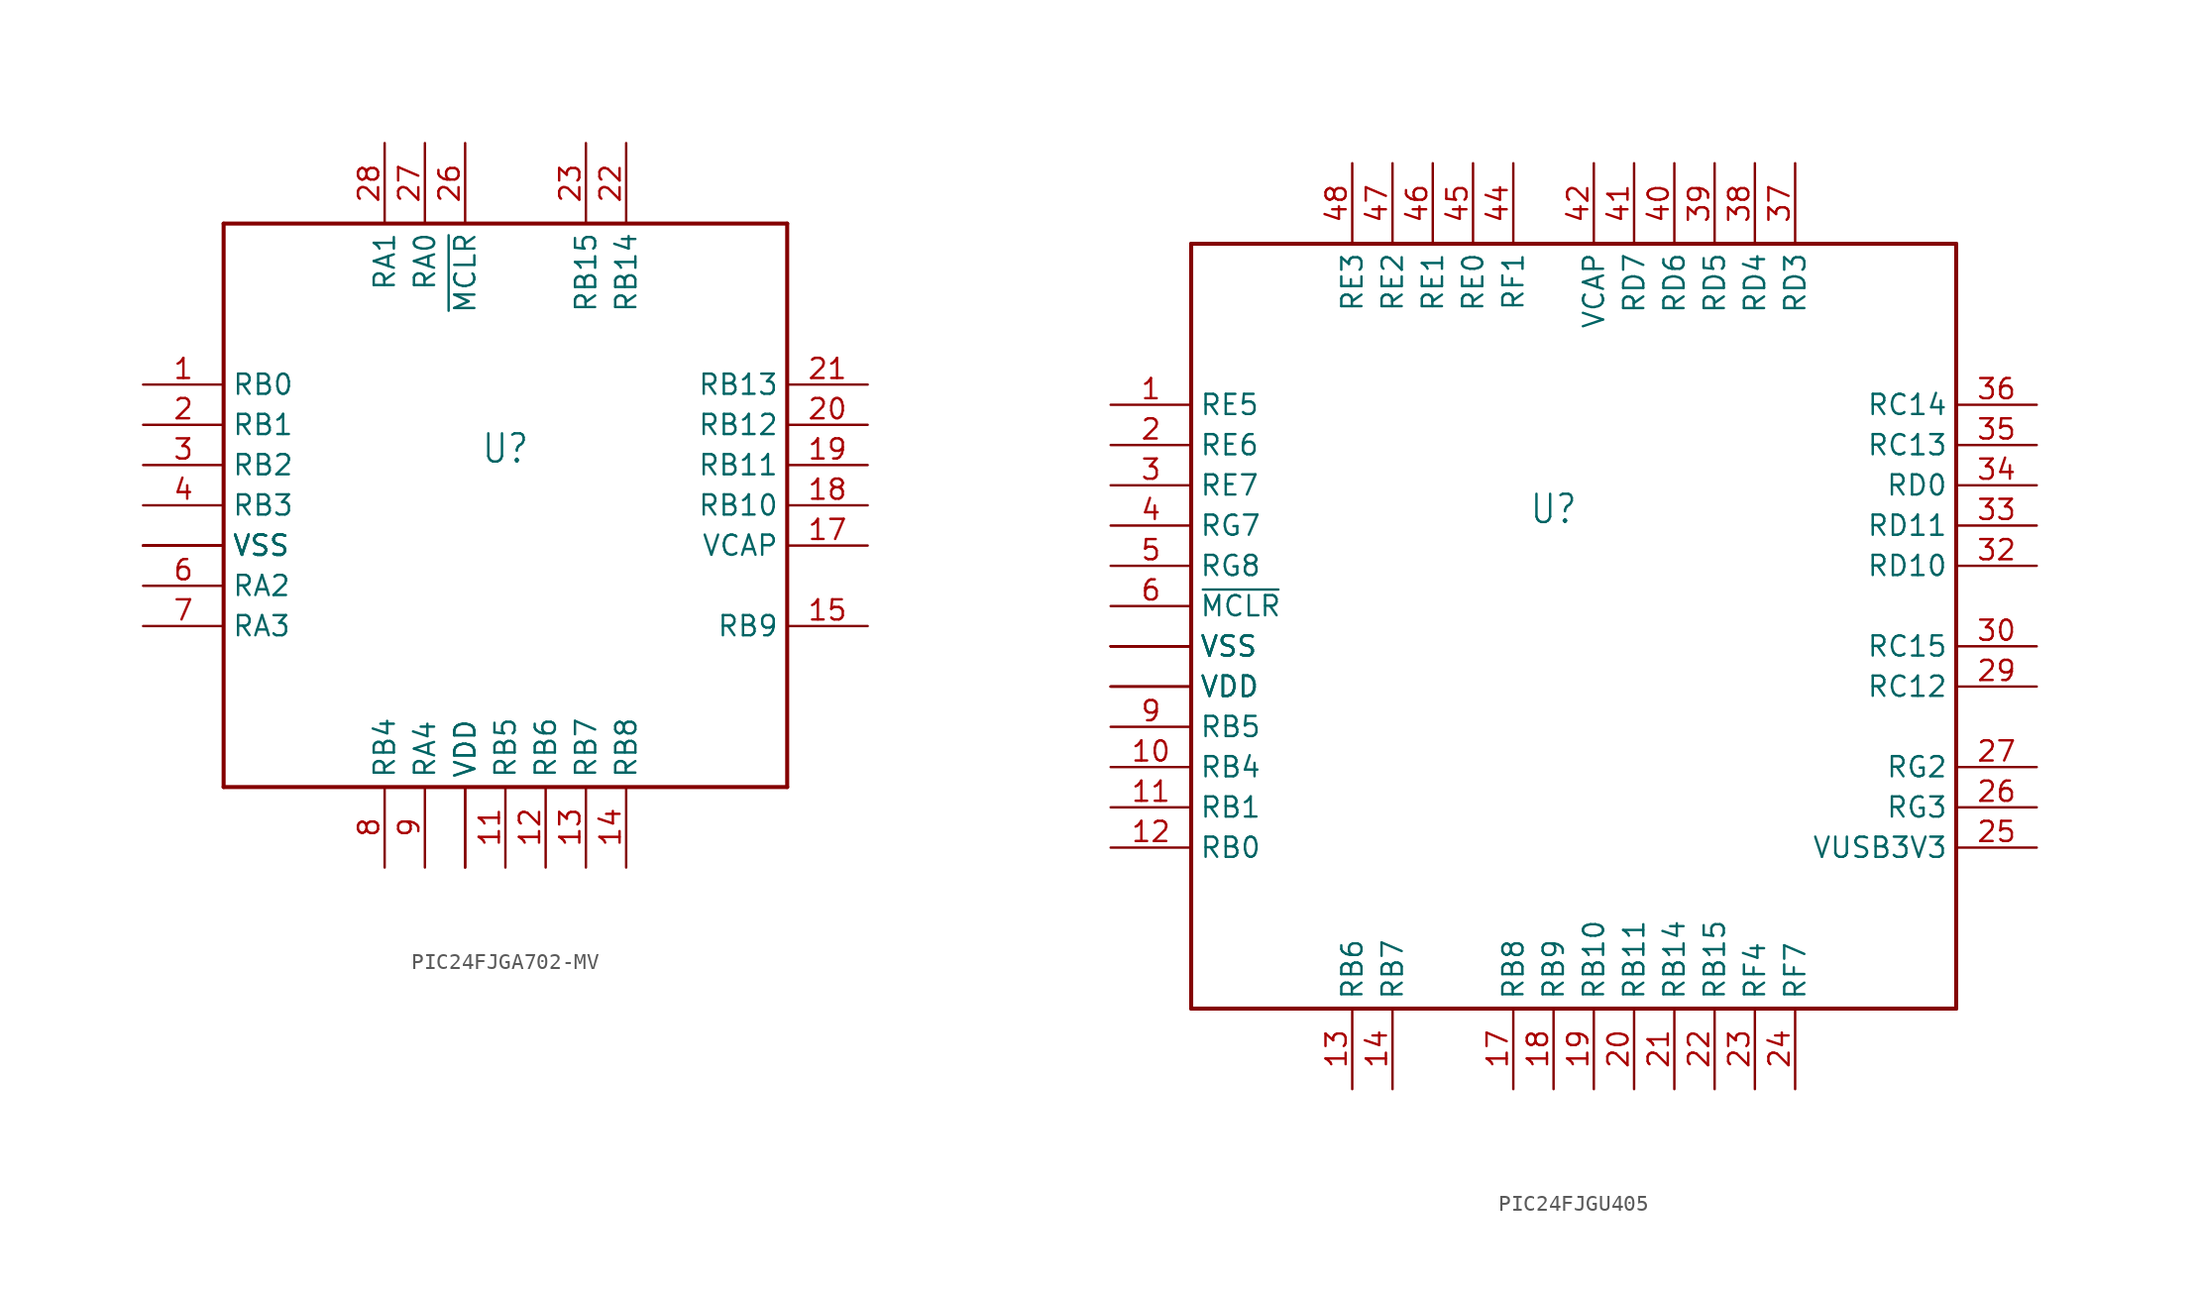
<source format=kicad_sym>
(kicad_symbol_lib
  (version 20231120)
  (generator "kicad_symbol_editor")
  (generator_version "8.0")
  (symbol "PIC24FJGA702-MV"
    (property "Reference" "U"
      (at 0 2.54 0)
      (effects (font (size 1.778 1.511)) (justify bottom)))
    (property "Value" ""
      (at 0 -5.08 0)
      (effects (font (size 1.778 1.511)) (justify bottom)))
    (property "ki_locked" ""
      (at 0 0 0)
      (effects (font (size 1.27 1.27))))
    (symbol "PIC24FJGA702-MV_1_0"
      (polyline (pts (xy -17.78 -17.78) (xy 17.78 -17.78)) (stroke (width 0.254) (type solid)) (fill (type none)))
      (polyline (pts (xy -17.78 17.78) (xy -17.78 -17.78)) (stroke (width 0.254) (type solid)) (fill (type none)))
      (polyline (pts (xy 17.78 -17.78) (xy 17.78 17.78)) (stroke (width 0.254) (type solid)) (fill (type none)))
      (polyline (pts (xy 17.78 17.78) (xy -17.78 17.78)) (stroke (width 0.254) (type solid)) (fill (type none)))
      (pin bidirectional line (at -22.86 7.62 0) (length 5.08) (name "RB0" (effects (font (size 1.27 1.27)))) (number "1" (effects (font (size 1.27 1.27)))))
      (pin bidirectional line (at -2.54 -22.86 90) (length 5.08) (name "VDD" (effects (font (size 1.27 1.27)))) (number "10" (effects (font (size 0 0)))))
      (pin bidirectional line (at 0 -22.86 90) (length 5.08) (name "RB5" (effects (font (size 1.27 1.27)))) (number "11" (effects (font (size 1.27 1.27)))))
      (pin bidirectional line (at 2.54 -22.86 90) (length 5.08) (name "RB6" (effects (font (size 1.27 1.27)))) (number "12" (effects (font (size 1.27 1.27)))))
      (pin bidirectional line (at 5.08 -22.86 90) (length 5.08) (name "RB7" (effects (font (size 1.27 1.27)))) (number "13" (effects (font (size 1.27 1.27)))))
      (pin bidirectional line (at 7.62 -22.86 90) (length 5.08) (name "RB8" (effects (font (size 1.27 1.27)))) (number "14" (effects (font (size 1.27 1.27)))))
      (pin bidirectional line (at 22.86 -7.62 180) (length 5.08) (name "RB9" (effects (font (size 1.27 1.27)))) (number "15" (effects (font (size 1.27 1.27)))))
      (pin bidirectional line (at -22.86 -2.54 0) (length 5.08) (name "VSS" (effects (font (size 1.27 1.27)))) (number "16" (effects (font (size 0 0)))))
      (pin bidirectional line (at 22.86 -2.54 180) (length 5.08) (name "VCAP" (effects (font (size 1.27 1.27)))) (number "17" (effects (font (size 1.27 1.27)))))
      (pin bidirectional line (at 22.86 0 180) (length 5.08) (name "RB10" (effects (font (size 1.27 1.27)))) (number "18" (effects (font (size 1.27 1.27)))))
      (pin bidirectional line (at 22.86 2.54 180) (length 5.08) (name "RB11" (effects (font (size 1.27 1.27)))) (number "19" (effects (font (size 1.27 1.27)))))
      (pin bidirectional line (at -22.86 5.08 0) (length 5.08) (name "RB1" (effects (font (size 1.27 1.27)))) (number "2" (effects (font (size 1.27 1.27)))))
      (pin bidirectional line (at 22.86 5.08 180) (length 5.08) (name "RB12" (effects (font (size 1.27 1.27)))) (number "20" (effects (font (size 1.27 1.27)))))
      (pin bidirectional line (at 22.86 7.62 180) (length 5.08) (name "RB13" (effects (font (size 1.27 1.27)))) (number "21" (effects (font (size 1.27 1.27)))))
      (pin bidirectional line (at 7.62 22.86 270) (length 5.08) (name "RB14" (effects (font (size 1.27 1.27)))) (number "22" (effects (font (size 1.27 1.27)))))
      (pin bidirectional line (at 5.08 22.86 270) (length 5.08) (name "RB15" (effects (font (size 1.27 1.27)))) (number "23" (effects (font (size 1.27 1.27)))))
      (pin bidirectional line (at -22.86 -2.54 0) (length 5.08) (name "VSS" (effects (font (size 1.27 1.27)))) (number "24" (effects (font (size 0 0)))))
      (pin bidirectional line (at -2.54 -22.86 90) (length 5.08) (name "VDD" (effects (font (size 1.27 1.27)))) (number "25" (effects (font (size 0 0)))))
      (pin bidirectional line (at -2.54 22.86 270) (length 5.08) (name "~{MCLR}" (effects (font (size 1.27 1.27)))) (number "26" (effects (font (size 1.27 1.27)))))
      (pin bidirectional line (at -5.08 22.86 270) (length 5.08) (name "RA0" (effects (font (size 1.27 1.27)))) (number "27" (effects (font (size 1.27 1.27)))))
      (pin bidirectional line (at -7.62 22.86 270) (length 5.08) (name "RA1" (effects (font (size 1.27 1.27)))) (number "28" (effects (font (size 1.27 1.27)))))
      (pin bidirectional line (at -22.86 2.54 0) (length 5.08) (name "RB2" (effects (font (size 1.27 1.27)))) (number "3" (effects (font (size 1.27 1.27)))))
      (pin bidirectional line (at -22.86 0 0) (length 5.08) (name "RB3" (effects (font (size 1.27 1.27)))) (number "4" (effects (font (size 1.27 1.27)))))
      (pin bidirectional line (at -22.86 -2.54 0) (length 5.08) (name "VSS" (effects (font (size 1.27 1.27)))) (number "5" (effects (font (size 0 0)))))
      (pin bidirectional line (at -22.86 -5.08 0) (length 5.08) (name "RA2" (effects (font (size 1.27 1.27)))) (number "6" (effects (font (size 1.27 1.27)))))
      (pin bidirectional line (at -22.86 -7.62 0) (length 5.08) (name "RA3" (effects (font (size 1.27 1.27)))) (number "7" (effects (font (size 1.27 1.27)))))
      (pin bidirectional line (at -7.62 -22.86 90) (length 5.08) (name "RB4" (effects (font (size 1.27 1.27)))) (number "8" (effects (font (size 1.27 1.27)))))
      (pin bidirectional line (at -5.08 -22.86 90) (length 5.08) (name "RA4" (effects (font (size 1.27 1.27)))) (number "9" (effects (font (size 1.27 1.27)))))
      (pin bidirectional line (at -22.86 -2.54 0) (length 5.08) (name "VSS" (effects (font (size 1.27 1.27)))) (number "TH" (effects (font (size 0 0)))))))
  (symbol "PIC24FJGU405"
    (property "Reference" "U"
      (at 0 5.08 0)
      (effects (font (size 1.778 1.511)) (justify bottom)))
    (property "Value" ""
      (at 0 -7.62 0)
      (effects (font (size 1.778 1.511)) (justify bottom)))
    (property "ki_locked" ""
      (at 0 0 0)
      (effects (font (size 1.27 1.27))))
    (symbol "PIC24FJGU405_1_0"
      (polyline (pts (xy -22.86 -25.4) (xy 25.4 -25.4)) (stroke (width 0.254) (type solid)) (fill (type none)))
      (polyline (pts (xy -22.86 22.86) (xy -22.86 -25.4)) (stroke (width 0.254) (type solid)) (fill (type none)))
      (polyline (pts (xy 25.4 -25.4) (xy 25.4 22.86)) (stroke (width 0.254) (type solid)) (fill (type none)))
      (polyline (pts (xy 25.4 22.86) (xy -22.86 22.86)) (stroke (width 0.254) (type solid)) (fill (type none)))
      (pin bidirectional line (at -27.94 12.7 0) (length 5.08) (name "RE5" (effects (font (size 1.27 1.27)))) (number "1" (effects (font (size 1.27 1.27)))))
      (pin bidirectional line (at -27.94 -10.16 0) (length 5.08) (name "RB4" (effects (font (size 1.27 1.27)))) (number "10" (effects (font (size 1.27 1.27)))))
      (pin bidirectional line (at -27.94 -12.7 0) (length 5.08) (name "RB1" (effects (font (size 1.27 1.27)))) (number "11" (effects (font (size 1.27 1.27)))))
      (pin bidirectional line (at -27.94 -15.24 0) (length 5.08) (name "RB0" (effects (font (size 1.27 1.27)))) (number "12" (effects (font (size 1.27 1.27)))))
      (pin bidirectional line (at -12.7 -30.48 90) (length 5.08) (name "RB6" (effects (font (size 1.27 1.27)))) (number "13" (effects (font (size 1.27 1.27)))))
      (pin bidirectional line (at -10.16 -30.48 90) (length 5.08) (name "RB7" (effects (font (size 1.27 1.27)))) (number "14" (effects (font (size 1.27 1.27)))))
      (pin bidirectional line (at -27.94 -5.08 0) (length 5.08) (name "VDD" (effects (font (size 1.27 1.27)))) (number "15" (effects (font (size 0 0)))))
      (pin bidirectional line (at -27.94 -2.54 0) (length 5.08) (name "VSS" (effects (font (size 1.27 1.27)))) (number "16" (effects (font (size 0 0)))))
      (pin bidirectional line (at -2.54 -30.48 90) (length 5.08) (name "RB8" (effects (font (size 1.27 1.27)))) (number "17" (effects (font (size 1.27 1.27)))))
      (pin bidirectional line (at 0 -30.48 90) (length 5.08) (name "RB9" (effects (font (size 1.27 1.27)))) (number "18" (effects (font (size 1.27 1.27)))))
      (pin bidirectional line (at 2.54 -30.48 90) (length 5.08) (name "RB10" (effects (font (size 1.27 1.27)))) (number "19" (effects (font (size 1.27 1.27)))))
      (pin bidirectional line (at -27.94 10.16 0) (length 5.08) (name "RE6" (effects (font (size 1.27 1.27)))) (number "2" (effects (font (size 1.27 1.27)))))
      (pin bidirectional line (at 5.08 -30.48 90) (length 5.08) (name "RB11" (effects (font (size 1.27 1.27)))) (number "20" (effects (font (size 1.27 1.27)))))
      (pin bidirectional line (at 7.62 -30.48 90) (length 5.08) (name "RB14" (effects (font (size 1.27 1.27)))) (number "21" (effects (font (size 1.27 1.27)))))
      (pin bidirectional line (at 10.16 -30.48 90) (length 5.08) (name "RB15" (effects (font (size 1.27 1.27)))) (number "22" (effects (font (size 1.27 1.27)))))
      (pin bidirectional line (at 12.7 -30.48 90) (length 5.08) (name "RF4" (effects (font (size 1.27 1.27)))) (number "23" (effects (font (size 1.27 1.27)))))
      (pin bidirectional line (at 15.24 -30.48 90) (length 5.08) (name "RF7" (effects (font (size 1.27 1.27)))) (number "24" (effects (font (size 1.27 1.27)))))
      (pin bidirectional line (at 30.48 -15.24 180) (length 5.08) (name "VUSB3V3" (effects (font (size 1.27 1.27)))) (number "25" (effects (font (size 1.27 1.27)))))
      (pin bidirectional line (at 30.48 -12.7 180) (length 5.08) (name "RG3" (effects (font (size 1.27 1.27)))) (number "26" (effects (font (size 1.27 1.27)))))
      (pin bidirectional line (at 30.48 -10.16 180) (length 5.08) (name "RG2" (effects (font (size 1.27 1.27)))) (number "27" (effects (font (size 1.27 1.27)))))
      (pin bidirectional line (at -27.94 -5.08 0) (length 5.08) (name "VDD" (effects (font (size 1.27 1.27)))) (number "28" (effects (font (size 0 0)))))
      (pin bidirectional line (at 30.48 -5.08 180) (length 5.08) (name "RC12" (effects (font (size 1.27 1.27)))) (number "29" (effects (font (size 1.27 1.27)))))
      (pin bidirectional line (at -27.94 7.62 0) (length 5.08) (name "RE7" (effects (font (size 1.27 1.27)))) (number "3" (effects (font (size 1.27 1.27)))))
      (pin bidirectional line (at 30.48 -2.54 180) (length 5.08) (name "RC15" (effects (font (size 1.27 1.27)))) (number "30" (effects (font (size 1.27 1.27)))))
      (pin bidirectional line (at -27.94 -2.54 0) (length 5.08) (name "VSS" (effects (font (size 1.27 1.27)))) (number "31" (effects (font (size 0 0)))))
      (pin bidirectional line (at 30.48 2.54 180) (length 5.08) (name "RD10" (effects (font (size 1.27 1.27)))) (number "32" (effects (font (size 1.27 1.27)))))
      (pin bidirectional line (at 30.48 5.08 180) (length 5.08) (name "RD11" (effects (font (size 1.27 1.27)))) (number "33" (effects (font (size 1.27 1.27)))))
      (pin bidirectional line (at 30.48 7.62 180) (length 5.08) (name "RD0" (effects (font (size 1.27 1.27)))) (number "34" (effects (font (size 1.27 1.27)))))
      (pin bidirectional line (at 30.48 10.16 180) (length 5.08) (name "RC13" (effects (font (size 1.27 1.27)))) (number "35" (effects (font (size 1.27 1.27)))))
      (pin bidirectional line (at 30.48 12.7 180) (length 5.08) (name "RC14" (effects (font (size 1.27 1.27)))) (number "36" (effects (font (size 1.27 1.27)))))
      (pin bidirectional line (at 15.24 27.94 270) (length 5.08) (name "RD3" (effects (font (size 1.27 1.27)))) (number "37" (effects (font (size 1.27 1.27)))))
      (pin bidirectional line (at 12.7 27.94 270) (length 5.08) (name "RD4" (effects (font (size 1.27 1.27)))) (number "38" (effects (font (size 1.27 1.27)))))
      (pin bidirectional line (at 10.16 27.94 270) (length 5.08) (name "RD5" (effects (font (size 1.27 1.27)))) (number "39" (effects (font (size 1.27 1.27)))))
      (pin bidirectional line (at -27.94 5.08 0) (length 5.08) (name "RG7" (effects (font (size 1.27 1.27)))) (number "4" (effects (font (size 1.27 1.27)))))
      (pin bidirectional line (at 7.62 27.94 270) (length 5.08) (name "RD6" (effects (font (size 1.27 1.27)))) (number "40" (effects (font (size 1.27 1.27)))))
      (pin bidirectional line (at 5.08 27.94 270) (length 5.08) (name "RD7" (effects (font (size 1.27 1.27)))) (number "41" (effects (font (size 1.27 1.27)))))
      (pin bidirectional line (at 2.54 27.94 270) (length 5.08) (name "VCAP" (effects (font (size 1.27 1.27)))) (number "42" (effects (font (size 1.27 1.27)))))
      (pin bidirectional line (at -27.94 -2.54 0) (length 5.08) (name "VSS" (effects (font (size 1.27 1.27)))) (number "43" (effects (font (size 0 0)))))
      (pin bidirectional line (at -2.54 27.94 270) (length 5.08) (name "RF1" (effects (font (size 1.27 1.27)))) (number "44" (effects (font (size 1.27 1.27)))))
      (pin bidirectional line (at -5.08 27.94 270) (length 5.08) (name "RE0" (effects (font (size 1.27 1.27)))) (number "45" (effects (font (size 1.27 1.27)))))
      (pin bidirectional line (at -7.62 27.94 270) (length 5.08) (name "RE1" (effects (font (size 1.27 1.27)))) (number "46" (effects (font (size 1.27 1.27)))))
      (pin bidirectional line (at -10.16 27.94 270) (length 5.08) (name "RE2" (effects (font (size 1.27 1.27)))) (number "47" (effects (font (size 1.27 1.27)))))
      (pin bidirectional line (at -12.7 27.94 270) (length 5.08) (name "RE3" (effects (font (size 1.27 1.27)))) (number "48" (effects (font (size 1.27 1.27)))))
      (pin bidirectional line (at -27.94 2.54 0) (length 5.08) (name "RG8" (effects (font (size 1.27 1.27)))) (number "5" (effects (font (size 1.27 1.27)))))
      (pin bidirectional line (at -27.94 0 0) (length 5.08) (name "~{MCLR}" (effects (font (size 1.27 1.27)))) (number "6" (effects (font (size 1.27 1.27)))))
      (pin bidirectional line (at -27.94 -2.54 0) (length 5.08) (name "VSS" (effects (font (size 1.27 1.27)))) (number "7" (effects (font (size 0 0)))))
      (pin bidirectional line (at -27.94 -5.08 0) (length 5.08) (name "VDD" (effects (font (size 1.27 1.27)))) (number "8" (effects (font (size 0 0)))))
      (pin bidirectional line (at -27.94 -7.62 0) (length 5.08) (name "RB5" (effects (font (size 1.27 1.27)))) (number "9" (effects (font (size 1.27 1.27))))))))
</source>
